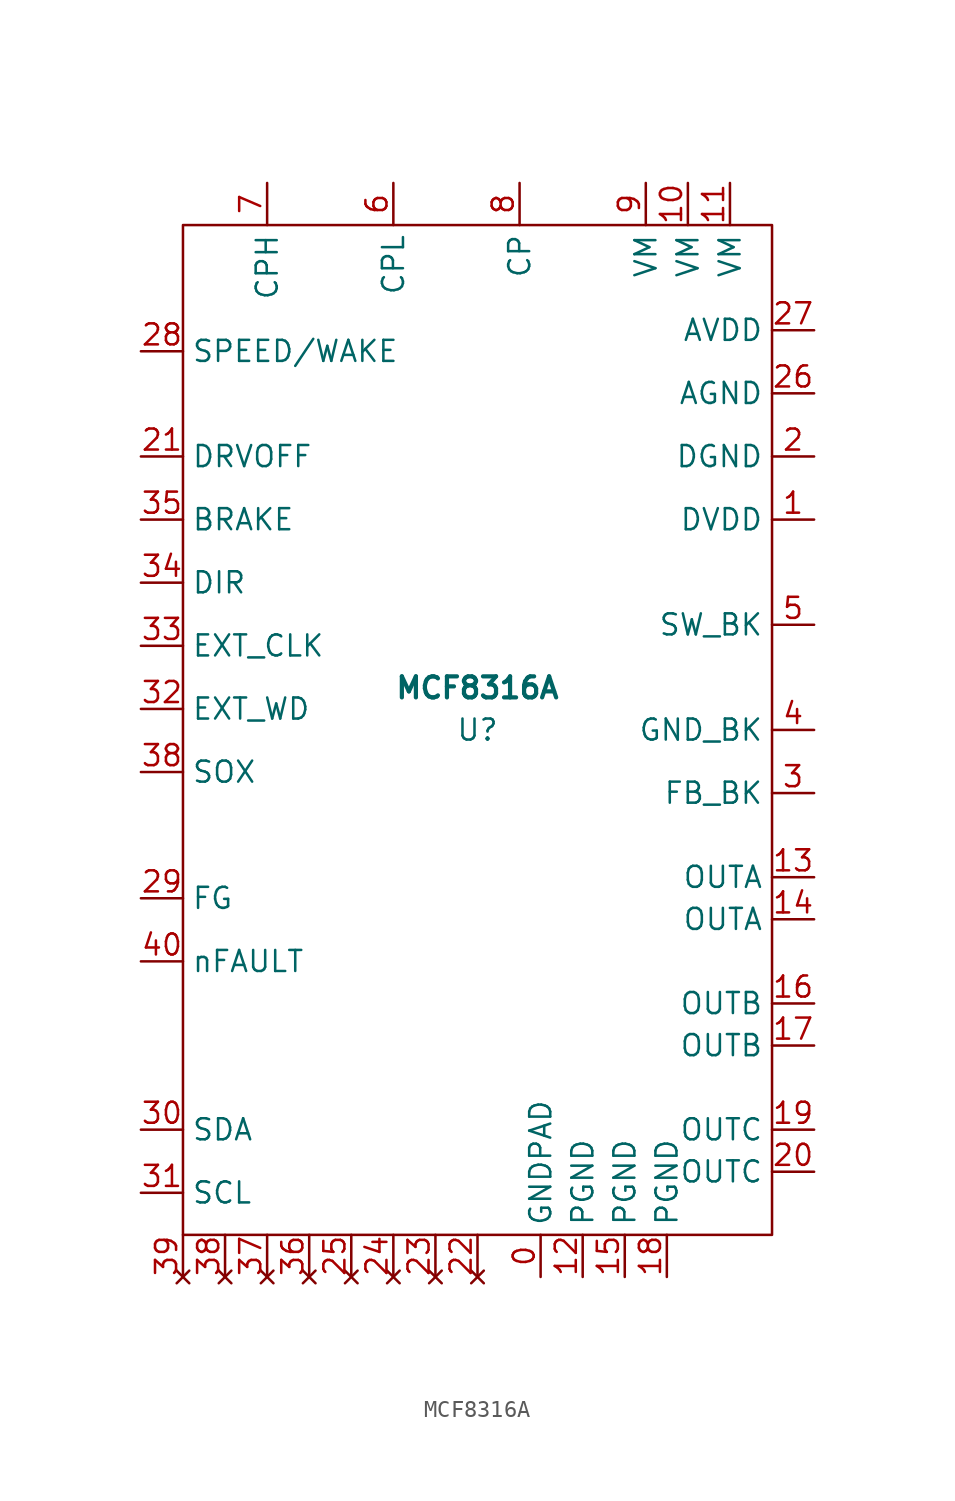
<source format=kicad_sym>
(kicad_symbol_lib
  (version 20211014)
  (generator kicad_symbol_editor)
  (symbol "MCF8316A"
    (property "Reference" "U"
      (at 0 -2.54 0)
      (effects (font (size 1.27 1.27))))
    (property "Value" "MCF8316A"
      (at 0 0 0)
      (effects (font (size 1.27 1.27) bold)))
    (symbol "MCF8316A_0_1"
      (rectangle (start 17.78 27.94) (end -17.78 -33.02) (stroke (width 0) (type default) (color 0 0 0 0)) (fill (type none))))
    (symbol "MCF8316A_1_1"
      (pin power_in line (at 3.81 -35.56 90) (length 2.54) (name "GNDPAD" (effects (font (size 1.27 1.27)))) (number "0" (effects (font (size 1.27 1.27)))))
      (pin power_in line (at 20.32 10.16 180) (length 2.54) (name "DVDD" (effects (font (size 1.27 1.27)))) (number "1" (effects (font (size 1.27 1.27)))))
      (pin power_in line (at 12.7 30.48 270) (length 2.54) (name "VM" (effects (font (size 1.27 1.27)))) (number "10" (effects (font (size 1.27 1.27)))))
      (pin power_in line (at 15.24 30.48 270) (length 2.54) (name "VM" (effects (font (size 1.27 1.27)))) (number "11" (effects (font (size 1.27 1.27)))))
      (pin power_in line (at 6.35 -35.56 90) (length 2.54) (name "PGND" (effects (font (size 1.27 1.27)))) (number "12" (effects (font (size 1.27 1.27)))))
      (pin bidirectional line (at 20.32 -11.43 180) (length 2.54) (name "OUTA" (effects (font (size 1.27 1.27)))) (number "13" (effects (font (size 1.27 1.27)))))
      (pin bidirectional line (at 20.32 -13.97 180) (length 2.54) (name "OUTA" (effects (font (size 1.27 1.27)))) (number "14" (effects (font (size 1.27 1.27)))))
      (pin power_in line (at 8.89 -35.56 90) (length 2.54) (name "PGND" (effects (font (size 1.27 1.27)))) (number "15" (effects (font (size 1.27 1.27)))))
      (pin bidirectional line (at 20.32 -19.05 180) (length 2.54) (name "OUTB" (effects (font (size 1.27 1.27)))) (number "16" (effects (font (size 1.27 1.27)))))
      (pin bidirectional line (at 20.32 -21.59 180) (length 2.54) (name "OUTB" (effects (font (size 1.27 1.27)))) (number "17" (effects (font (size 1.27 1.27)))))
      (pin power_in line (at 11.43 -35.56 90) (length 2.54) (name "PGND" (effects (font (size 1.27 1.27)))) (number "18" (effects (font (size 1.27 1.27)))))
      (pin bidirectional line (at 20.32 -26.67 180) (length 2.54) (name "OUTC" (effects (font (size 1.27 1.27)))) (number "19" (effects (font (size 1.27 1.27)))))
      (pin power_out line (at 20.32 13.97 180) (length 2.54) (name "DGND" (effects (font (size 1.27 1.27)))) (number "2" (effects (font (size 1.27 1.27)))))
      (pin bidirectional line (at 20.32 -29.21 180) (length 2.54) (name "OUTC" (effects (font (size 1.27 1.27)))) (number "20" (effects (font (size 1.27 1.27)))))
      (pin input line (at -20.32 13.97 0) (length 2.54) (name "DRVOFF" (effects (font (size 1.27 1.27)))) (number "21" (effects (font (size 1.27 1.27)))))
      (pin no_connect line (at 0 -35.56 90) (length 2.54) (name "" (effects (font (size 1.27 1.27)))) (number "22" (effects (font (size 1.27 1.27)))))
      (pin no_connect line (at -2.54 -35.56 90) (length 2.54) (name "" (effects (font (size 1.27 1.27)))) (number "23" (effects (font (size 1.27 1.27)))))
      (pin no_connect line (at -5.08 -35.56 90) (length 2.54) (name "" (effects (font (size 1.27 1.27)))) (number "24" (effects (font (size 1.27 1.27)))))
      (pin no_connect line (at -7.62 -35.56 90) (length 2.54) (name "" (effects (font (size 1.27 1.27)))) (number "25" (effects (font (size 1.27 1.27)))))
      (pin power_in line (at 20.32 17.78 180) (length 2.54) (name "AGND" (effects (font (size 1.27 1.27)))) (number "26" (effects (font (size 1.27 1.27)))))
      (pin power_out line (at 20.32 21.59 180) (length 2.54) (name "AVDD" (effects (font (size 1.27 1.27)))) (number "27" (effects (font (size 1.27 1.27)))))
      (pin input line (at -20.32 20.32 0) (length 2.54) (name "SPEED/WAKE" (effects (font (size 1.27 1.27)))) (number "28" (effects (font (size 1.27 1.27)))))
      (pin output line (at -20.32 -12.7 0) (length 2.54) (name "FG" (effects (font (size 1.27 1.27)))) (number "29" (effects (font (size 1.27 1.27)))))
      (pin bidirectional line (at 20.32 -6.35 180) (length 2.54) (name "FB_BK" (effects (font (size 1.27 1.27)))) (number "3" (effects (font (size 1.27 1.27)))))
      (pin bidirectional line (at -20.32 -26.67 0) (length 2.54) (name "SDA" (effects (font (size 1.27 1.27)))) (number "30" (effects (font (size 1.27 1.27)))))
      (pin input line (at -20.32 -30.48 0) (length 2.54) (name "SCL" (effects (font (size 1.27 1.27)))) (number "31" (effects (font (size 1.27 1.27)))))
      (pin input line (at -20.32 -1.27 0) (length 2.54) (name "EXT_WD" (effects (font (size 1.27 1.27)))) (number "32" (effects (font (size 1.27 1.27)))))
      (pin input line (at -20.32 2.54 0) (length 2.54) (name "EXT_CLK" (effects (font (size 1.27 1.27)))) (number "33" (effects (font (size 1.27 1.27)))))
      (pin input line (at -20.32 6.35 0) (length 2.54) (name "DIR" (effects (font (size 1.27 1.27)))) (number "34" (effects (font (size 1.27 1.27)))))
      (pin input line (at -20.32 10.16 0) (length 2.54) (name "BRAKE" (effects (font (size 1.27 1.27)))) (number "35" (effects (font (size 1.27 1.27)))))
      (pin no_connect line (at -10.16 -35.56 90) (length 2.54) (name "" (effects (font (size 1.27 1.27)))) (number "36" (effects (font (size 1.27 1.27)))))
      (pin no_connect line (at -12.7 -35.56 90) (length 2.54) (name "" (effects (font (size 1.27 1.27)))) (number "37" (effects (font (size 1.27 1.27)))))
      (pin no_connect line (at -15.24 -35.56 90) (length 2.54) (name "" (effects (font (size 1.27 1.27)))) (number "38" (effects (font (size 1.27 1.27)))))
      (pin output line (at -20.32 -5.08 0) (length 2.54) (name "SOX" (effects (font (size 1.27 1.27)))) (number "38" (effects (font (size 1.27 1.27)))))
      (pin no_connect line (at -17.78 -35.56 90) (length 2.54) (name "" (effects (font (size 1.27 1.27)))) (number "39" (effects (font (size 1.27 1.27)))))
      (pin power_in line (at 20.32 -2.54 180) (length 2.54) (name "GND_BK" (effects (font (size 1.27 1.27)))) (number "4" (effects (font (size 1.27 1.27)))))
      (pin output line (at -20.32 -16.51 0) (length 2.54) (name "nFAULT" (effects (font (size 1.27 1.27)))) (number "40" (effects (font (size 1.27 1.27)))))
      (pin bidirectional line (at 20.32 3.81 180) (length 2.54) (name "SW_BK" (effects (font (size 1.27 1.27)))) (number "5" (effects (font (size 1.27 1.27)))))
      (pin bidirectional line (at -5.08 30.48 270) (length 2.54) (name "CPL" (effects (font (size 1.27 1.27)))) (number "6" (effects (font (size 1.27 1.27)))))
      (pin bidirectional line (at -12.7 30.48 270) (length 2.54) (name "CPH" (effects (font (size 1.27 1.27)))) (number "7" (effects (font (size 1.27 1.27)))))
      (pin bidirectional line (at 2.54 30.48 270) (length 2.54) (name "CP" (effects (font (size 1.27 1.27)))) (number "8" (effects (font (size 1.27 1.27)))))
      (pin power_in line (at 10.16 30.48 270) (length 2.54) (name "VM" (effects (font (size 1.27 1.27)))) (number "9" (effects (font (size 1.27 1.27))))))))
</source>
